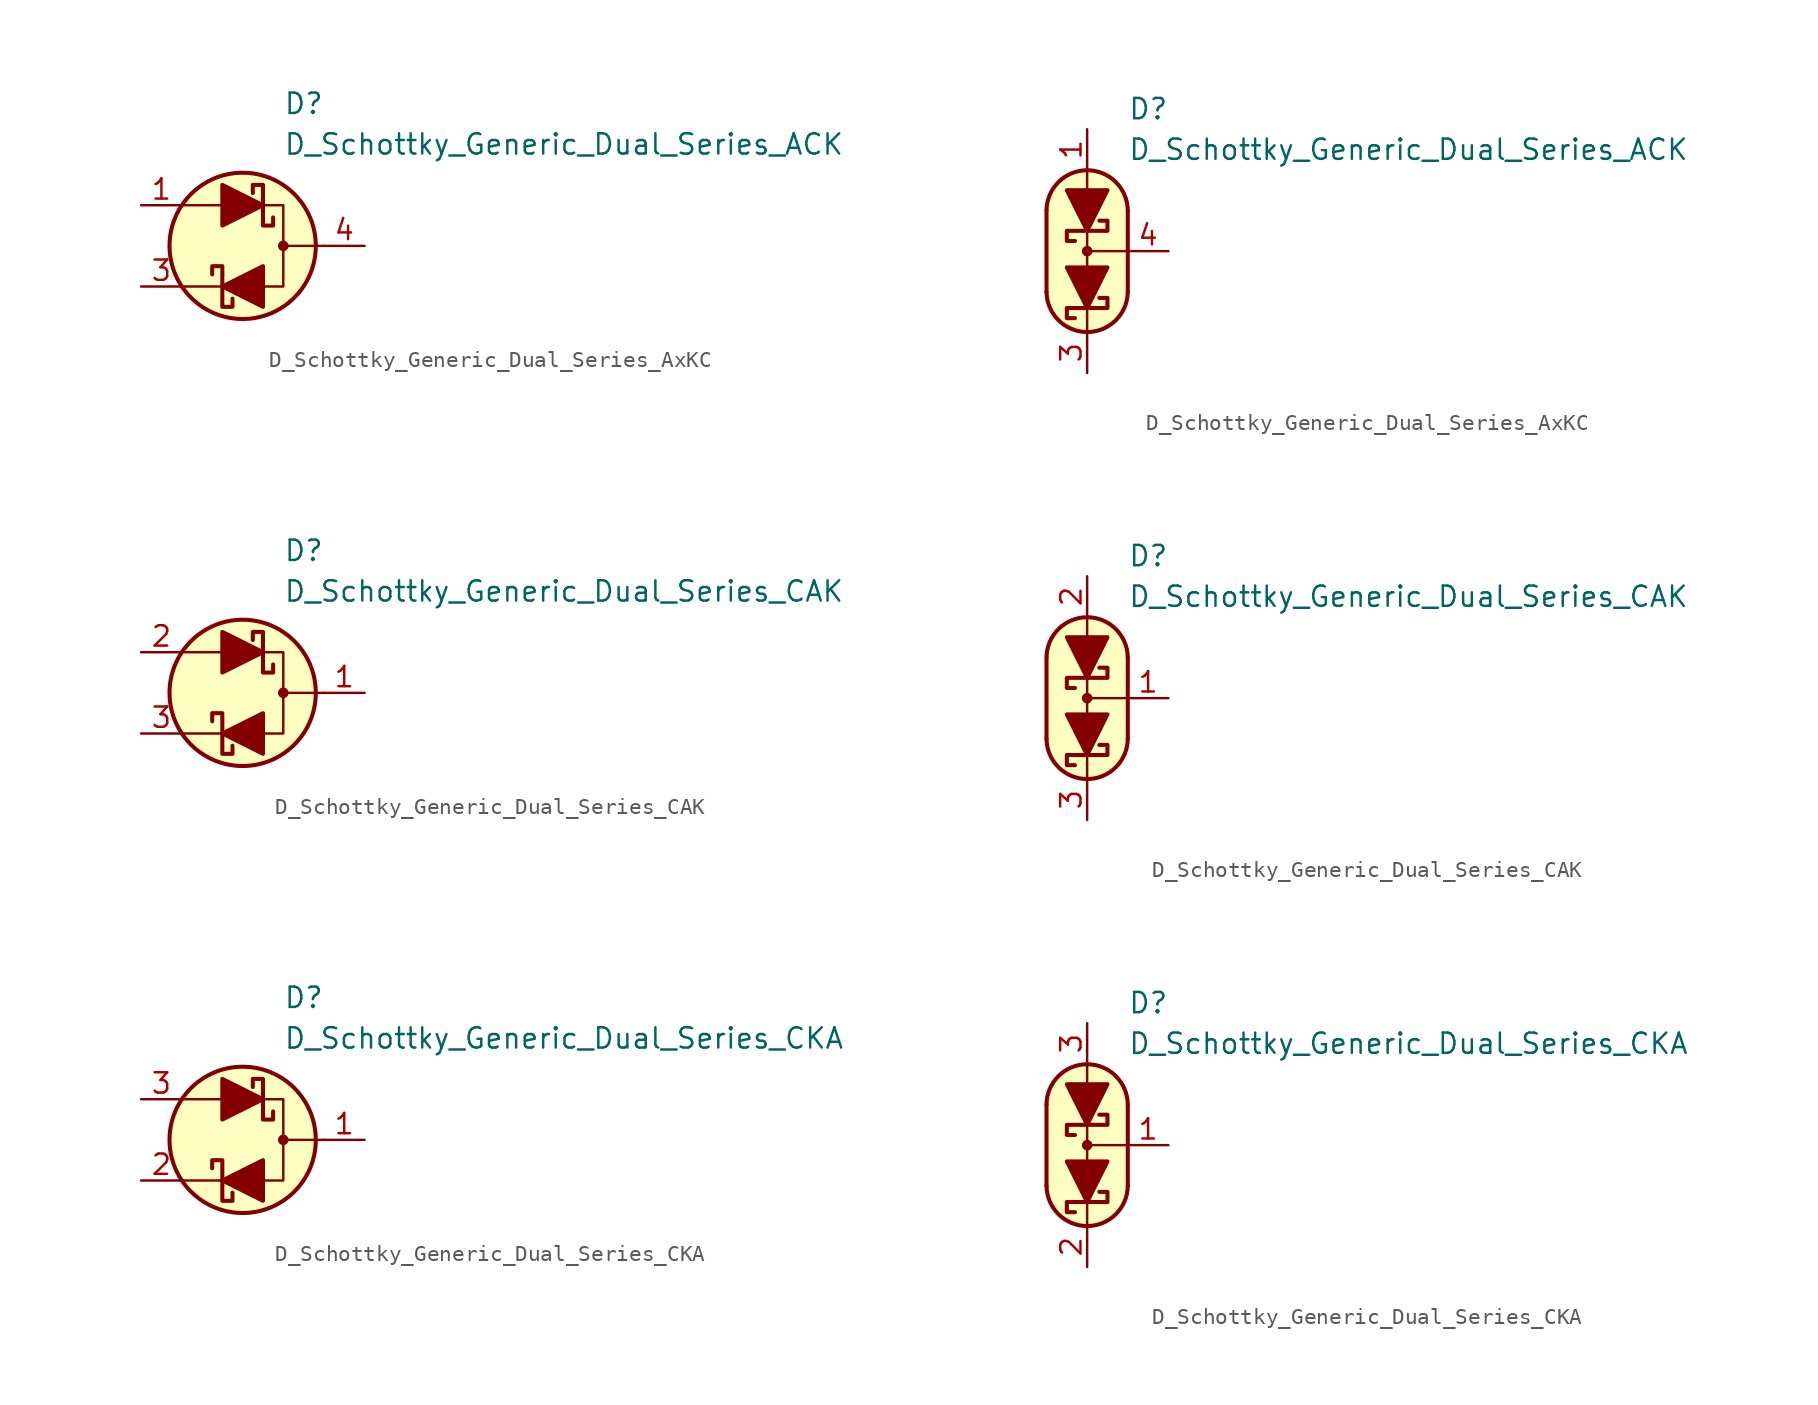
<source format=kicad_sym>
(kicad_symbol_lib
  (version 20231120)
  (generator "kicad_symbol_editor")
  (generator_version "8.0")
  (symbol "D_Schottky_Generic_Dual_Series_AxKC"
    (pin_names
      (offset 1.016) hide)
    (property "Reference" "D"
      (at 2.54 8.89 0)
      (effects (font (size 1.27 1.27)) (justify left)))
    (property "Value" "D_Schottky_Generic_Dual_Series_ACK"
      (at 2.54 6.35 0)
      (effects (font (size 1.27 1.27)) (justify left)))
    (symbol "D_Schottky_Generic_Dual_Series_AxKC_0_1"
      (polyline (pts (xy -1.27 -2.54) (xy -3.81 -2.54)) (stroke (width 0) (type default)) (fill (type none)))
      (polyline (pts (xy -1.27 2.54) (xy -3.81 2.54)) (stroke (width 0) (type default)) (fill (type none)))
      (polyline (pts (xy 5.08 0) (xy 2.54 0)) (stroke (width 0) (type default)) (fill (type none)))
      (polyline (pts (xy 1.27 -2.54) (xy 2.54 -2.54) (xy 2.54 2.54) (xy 1.27 2.54)) (stroke (width 0) (type default)) (fill (type none)))
      (circle (center 0 0) (radius 4.572) (stroke (width 0.254) (type default)) (fill (type background)))
      (circle (center 2.54 0) (radius 0.254) (stroke (width 0) (type default)) (fill (type outline))))
    (symbol "D_Schottky_Generic_Dual_Series_AxKC_1_1"
      (polyline (pts (xy -1.27 2.54) (xy 1.27 2.54)) (stroke (width 0) (type default)) (fill (type none)))
      (polyline (pts (xy 1.27 -2.54) (xy -1.27 -2.54)) (stroke (width 0) (type default)) (fill (type none)))
      (polyline (pts (xy -1.27 1.27) (xy -1.27 3.81) (xy 1.27 2.54) (xy -1.27 1.27)) (stroke (width 0.254) (type default)) (fill (type outline)))
      (polyline (pts (xy 1.27 -1.27) (xy 1.27 -3.81) (xy -1.27 -2.54) (xy 1.27 -1.27)) (stroke (width 0.254) (type default)) (fill (type outline)))
      (polyline (pts (xy -1.905 -1.778) (xy -1.905 -1.27) (xy -1.27 -1.27) (xy -1.27 -3.81) (xy -0.635 -3.81) (xy -0.635 -3.302)) (stroke (width 0.254) (type default)) (fill (type none)))
      (polyline (pts (xy 1.905 1.778) (xy 1.905 1.27) (xy 1.27 1.27) (xy 1.27 3.81) (xy 0.635 3.81) (xy 0.635 3.302)) (stroke (width 0.254) (type default)) (fill (type none)))
      (pin passive line (at -6.35 2.54 0) (length 2.54) (name "A" (effects (font (size 1.27 1.27)))) (number "1" (effects (font (size 1.27 1.27)))))
      (pin free line (at 0 0 180) (length 2.54) hide (name "NC" (effects (font (size 1.27 1.27)))) (number "2" (effects (font (size 1.27 1.27)))))
      (pin passive line (at -6.35 -2.54 0) (length 2.54) (name "K" (effects (font (size 1.27 1.27)))) (number "3" (effects (font (size 1.27 1.27)))))
      (pin passive line (at 7.62 0 180) (length 2.54) (name "C" (effects (font (size 1.27 1.27)))) (number "4" (effects (font (size 1.27 1.27))))))
    (symbol "D_Schottky_Generic_Dual_Series_AxKC_1_2"
      (arc (start -2.54 -2.54) (mid 0 -5.0576) (end 2.54 -2.54) (stroke (width 0.254) (type default)) (fill (type none)))
      (polyline (pts (xy -2.54 2.54) (xy -2.54 -2.54)) (stroke (width 0.254) (type default)) (fill (type none)))
      (polyline (pts (xy 0 -5.08) (xy 0 -3.556)) (stroke (width 0) (type default)) (fill (type none)))
      (polyline (pts (xy 0 0) (xy 2.54 0)) (stroke (width 0) (type default)) (fill (type none)))
      (polyline (pts (xy 0 1.27) (xy 0 -1.27)) (stroke (width 0) (type default)) (fill (type none)))
      (polyline (pts (xy 0 5.08) (xy 0 3.556)) (stroke (width 0) (type default)) (fill (type none)))
      (polyline (pts (xy 2.54 -2.54) (xy 2.54 2.54)) (stroke (width 0.254) (type default)) (fill (type none)))
      (polyline (pts (xy 1.27 -1.016) (xy -1.27 -1.016) (xy 0 -3.556) (xy 1.27 -1.016)) (stroke (width 0.254) (type default)) (fill (type outline)))
      (polyline (pts (xy 1.27 3.81) (xy -1.27 3.81) (xy 0 1.27) (xy 1.27 3.81)) (stroke (width 0.254) (type default)) (fill (type outline)))
      (polyline (pts (xy -0.762 0.635) (xy -1.27 0.635) (xy -1.27 1.27) (xy 1.27 1.27) (xy 1.27 1.905) (xy 0.762 1.905)) (stroke (width 0.254) (type default)) (fill (type none)))
      (polyline (pts (xy 0.762 -2.921) (xy 1.27 -2.921) (xy 1.27 -3.556) (xy -1.27 -3.556) (xy -1.27 -4.191) (xy -0.762 -4.191)) (stroke (width 0.254) (type default)) (fill (type none)))
      (polyline (pts (xy 0 -5.08) (xy -1.016 -4.826) (xy -1.778 -4.318) (xy -2.286 -3.556) (xy -2.54 -3.048) (xy -2.54 2.794) (xy -2.286 3.556) (xy -1.778 4.318) (xy -1.016 4.826) (xy -0.254 5.08) (xy 0.254 5.08) (xy 1.016 4.826) (xy 1.524 4.572) (xy 2.032 4.064) (xy 2.286 3.556) (xy 2.54 2.794) (xy 2.54 -2.794) (xy 2.286 -3.556) (xy 2.032 -4.064) (xy 1.524 -4.572) (xy 1.016 -4.826) (xy 0 -5.08)) (stroke (width 0.01) (type default)) (fill (type background)))
      (circle (center 0 0) (radius 0.254) (stroke (width 0) (type default)) (fill (type outline)))
      (arc (start 2.54 2.54) (mid 0 5.0576) (end -2.54 2.54) (stroke (width 0.254) (type default)) (fill (type none)))
      (pin passive line (at 0 7.62 270) (length 2.54) (name "A" (effects (font (size 1.27 1.27)))) (number "1" (effects (font (size 1.27 1.27)))))
      (pin free line (at 0 0 180) (length 2.54) hide (name "NC" (effects (font (size 1.27 1.27)))) (number "2" (effects (font (size 1.27 1.27)))))
      (pin passive line (at 0 -7.62 90) (length 2.54) (name "K" (effects (font (size 1.27 1.27)))) (number "3" (effects (font (size 1.27 1.27)))))
      (pin passive line (at 5.08 0 180) (length 2.54) (name "C" (effects (font (size 1.27 1.27)))) (number "4" (effects (font (size 1.27 1.27)))))))
  (symbol "D_Schottky_Generic_Dual_Series_CAK"
    (pin_names
      (offset 1.016) hide)
    (property "Reference" "D"
      (at 2.54 8.89 0)
      (effects (font (size 1.27 1.27)) (justify left)))
    (property "Value" "D_Schottky_Generic_Dual_Series_CAK"
      (at 2.54 6.35 0)
      (effects (font (size 1.27 1.27)) (justify left)))
    (symbol "D_Schottky_Generic_Dual_Series_CAK_0_1"
      (polyline (pts (xy -1.27 -2.54) (xy -3.81 -2.54)) (stroke (width 0) (type default)) (fill (type none)))
      (polyline (pts (xy -1.27 2.54) (xy -3.81 2.54)) (stroke (width 0) (type default)) (fill (type none)))
      (polyline (pts (xy 5.08 0) (xy 2.54 0)) (stroke (width 0) (type default)) (fill (type none)))
      (polyline (pts (xy 1.27 -2.54) (xy 2.54 -2.54) (xy 2.54 2.54) (xy 1.27 2.54)) (stroke (width 0) (type default)) (fill (type none)))
      (circle (center 0 0) (radius 4.572) (stroke (width 0.254) (type default)) (fill (type background)))
      (circle (center 2.54 0) (radius 0.254) (stroke (width 0) (type default)) (fill (type outline))))
    (symbol "D_Schottky_Generic_Dual_Series_CAK_1_1"
      (polyline (pts (xy -1.27 2.54) (xy 1.27 2.54)) (stroke (width 0) (type default)) (fill (type none)))
      (polyline (pts (xy 1.27 -2.54) (xy -1.27 -2.54)) (stroke (width 0) (type default)) (fill (type none)))
      (polyline (pts (xy -1.27 1.27) (xy -1.27 3.81) (xy 1.27 2.54) (xy -1.27 1.27)) (stroke (width 0.254) (type default)) (fill (type outline)))
      (polyline (pts (xy 1.27 -1.27) (xy 1.27 -3.81) (xy -1.27 -2.54) (xy 1.27 -1.27)) (stroke (width 0.254) (type default)) (fill (type outline)))
      (polyline (pts (xy -1.905 -1.778) (xy -1.905 -1.27) (xy -1.27 -1.27) (xy -1.27 -3.81) (xy -0.635 -3.81) (xy -0.635 -3.302)) (stroke (width 0.254) (type default)) (fill (type none)))
      (polyline (pts (xy 1.905 1.778) (xy 1.905 1.27) (xy 1.27 1.27) (xy 1.27 3.81) (xy 0.635 3.81) (xy 0.635 3.302)) (stroke (width 0.254) (type default)) (fill (type none)))
      (pin passive line (at 7.62 0 180) (length 2.54) (name "C" (effects (font (size 1.27 1.27)))) (number "1" (effects (font (size 1.27 1.27)))))
      (pin passive line (at -6.35 2.54 0) (length 2.54) (name "A" (effects (font (size 1.27 1.27)))) (number "2" (effects (font (size 1.27 1.27)))))
      (pin passive line (at -6.35 -2.54 0) (length 2.54) (name "K" (effects (font (size 1.27 1.27)))) (number "3" (effects (font (size 1.27 1.27))))))
    (symbol "D_Schottky_Generic_Dual_Series_CAK_1_2"
      (arc (start -2.54 -2.54) (mid 0 -5.0576) (end 2.54 -2.54) (stroke (width 0.254) (type default)) (fill (type none)))
      (polyline (pts (xy -2.54 2.54) (xy -2.54 -2.54)) (stroke (width 0.254) (type default)) (fill (type none)))
      (polyline (pts (xy 0 -5.08) (xy 0 -3.556)) (stroke (width 0) (type default)) (fill (type none)))
      (polyline (pts (xy 0 0) (xy 2.54 0)) (stroke (width 0) (type default)) (fill (type none)))
      (polyline (pts (xy 0 1.27) (xy 0 -1.27)) (stroke (width 0) (type default)) (fill (type none)))
      (polyline (pts (xy 0 5.08) (xy 0 3.556)) (stroke (width 0) (type default)) (fill (type none)))
      (polyline (pts (xy 2.54 -2.54) (xy 2.54 2.54)) (stroke (width 0.254) (type default)) (fill (type none)))
      (polyline (pts (xy 1.27 -1.016) (xy -1.27 -1.016) (xy 0 -3.556) (xy 1.27 -1.016)) (stroke (width 0.254) (type default)) (fill (type outline)))
      (polyline (pts (xy 1.27 3.81) (xy -1.27 3.81) (xy 0 1.27) (xy 1.27 3.81)) (stroke (width 0.254) (type default)) (fill (type outline)))
      (polyline (pts (xy -0.762 0.635) (xy -1.27 0.635) (xy -1.27 1.27) (xy 1.27 1.27) (xy 1.27 1.905) (xy 0.762 1.905)) (stroke (width 0.254) (type default)) (fill (type none)))
      (polyline (pts (xy 0.762 -2.921) (xy 1.27 -2.921) (xy 1.27 -3.556) (xy -1.27 -3.556) (xy -1.27 -4.191) (xy -0.762 -4.191)) (stroke (width 0.254) (type default)) (fill (type none)))
      (polyline (pts (xy 0 -5.08) (xy -1.016 -4.826) (xy -1.778 -4.318) (xy -2.286 -3.556) (xy -2.54 -3.048) (xy -2.54 2.794) (xy -2.286 3.556) (xy -1.778 4.318) (xy -1.016 4.826) (xy -0.254 5.08) (xy 0.254 5.08) (xy 1.016 4.826) (xy 1.524 4.572) (xy 2.032 4.064) (xy 2.286 3.556) (xy 2.54 2.794) (xy 2.54 -2.794) (xy 2.286 -3.556) (xy 2.032 -4.064) (xy 1.524 -4.572) (xy 1.016 -4.826) (xy 0 -5.08)) (stroke (width 0.01) (type default)) (fill (type background)))
      (circle (center 0 0) (radius 0.254) (stroke (width 0) (type default)) (fill (type outline)))
      (arc (start 2.54 2.54) (mid 0 5.0576) (end -2.54 2.54) (stroke (width 0.254) (type default)) (fill (type none)))
      (pin passive line (at 5.08 0 180) (length 2.54) (name "C" (effects (font (size 1.27 1.27)))) (number "1" (effects (font (size 1.27 1.27)))))
      (pin passive line (at 0 7.62 270) (length 2.54) (name "A" (effects (font (size 1.27 1.27)))) (number "2" (effects (font (size 1.27 1.27)))))
      (pin passive line (at 0 -7.62 90) (length 2.54) (name "K" (effects (font (size 1.27 1.27)))) (number "3" (effects (font (size 1.27 1.27)))))))
  (symbol "D_Schottky_Generic_Dual_Series_CKA"
    (pin_names
      (offset 1.016) hide)
    (property "Reference" "D"
      (at 2.54 8.89 0)
      (effects (font (size 1.27 1.27)) (justify left)))
    (property "Value" "D_Schottky_Generic_Dual_Series_CKA"
      (at 2.54 6.35 0)
      (effects (font (size 1.27 1.27)) (justify left)))
    (symbol "D_Schottky_Generic_Dual_Series_CKA_0_1"
      (polyline (pts (xy -1.27 -2.54) (xy -3.81 -2.54)) (stroke (width 0) (type default)) (fill (type none)))
      (polyline (pts (xy -1.27 2.54) (xy -3.81 2.54)) (stroke (width 0) (type default)) (fill (type none)))
      (polyline (pts (xy 5.08 0) (xy 2.54 0)) (stroke (width 0) (type default)) (fill (type none)))
      (polyline (pts (xy 1.27 -2.54) (xy 2.54 -2.54) (xy 2.54 2.54) (xy 1.27 2.54)) (stroke (width 0) (type default)) (fill (type none)))
      (circle (center 0 0) (radius 4.572) (stroke (width 0.254) (type default)) (fill (type background)))
      (circle (center 2.54 0) (radius 0.254) (stroke (width 0) (type default)) (fill (type outline))))
    (symbol "D_Schottky_Generic_Dual_Series_CKA_1_1"
      (polyline (pts (xy -1.27 2.54) (xy 1.27 2.54)) (stroke (width 0) (type default)) (fill (type none)))
      (polyline (pts (xy 1.27 -2.54) (xy -1.27 -2.54)) (stroke (width 0) (type default)) (fill (type none)))
      (polyline (pts (xy -1.27 1.27) (xy -1.27 3.81) (xy 1.27 2.54) (xy -1.27 1.27)) (stroke (width 0.254) (type default)) (fill (type outline)))
      (polyline (pts (xy 1.27 -1.27) (xy 1.27 -3.81) (xy -1.27 -2.54) (xy 1.27 -1.27)) (stroke (width 0.254) (type default)) (fill (type outline)))
      (polyline (pts (xy -1.905 -1.778) (xy -1.905 -1.27) (xy -1.27 -1.27) (xy -1.27 -3.81) (xy -0.635 -3.81) (xy -0.635 -3.302)) (stroke (width 0.254) (type default)) (fill (type none)))
      (polyline (pts (xy 1.905 1.778) (xy 1.905 1.27) (xy 1.27 1.27) (xy 1.27 3.81) (xy 0.635 3.81) (xy 0.635 3.302)) (stroke (width 0.254) (type default)) (fill (type none)))
      (pin passive line (at 7.62 0 180) (length 2.54) (name "C" (effects (font (size 1.27 1.27)))) (number "1" (effects (font (size 1.27 1.27)))))
      (pin passive line (at -6.35 -2.54 0) (length 2.54) (name "K" (effects (font (size 1.27 1.27)))) (number "2" (effects (font (size 1.27 1.27)))))
      (pin passive line (at -6.35 2.54 0) (length 2.54) (name "A" (effects (font (size 1.27 1.27)))) (number "3" (effects (font (size 1.27 1.27))))))
    (symbol "D_Schottky_Generic_Dual_Series_CKA_1_2"
      (arc (start -2.54 -2.54) (mid 0 -5.0576) (end 2.54 -2.54) (stroke (width 0.254) (type default)) (fill (type none)))
      (polyline (pts (xy -2.54 2.54) (xy -2.54 -2.54)) (stroke (width 0.254) (type default)) (fill (type none)))
      (polyline (pts (xy 0 -5.08) (xy 0 -3.556)) (stroke (width 0) (type default)) (fill (type none)))
      (polyline (pts (xy 0 0) (xy 2.54 0)) (stroke (width 0) (type default)) (fill (type none)))
      (polyline (pts (xy 0 1.27) (xy 0 -1.27)) (stroke (width 0) (type default)) (fill (type none)))
      (polyline (pts (xy 0 5.08) (xy 0 3.556)) (stroke (width 0) (type default)) (fill (type none)))
      (polyline (pts (xy 2.54 -2.54) (xy 2.54 2.54)) (stroke (width 0.254) (type default)) (fill (type none)))
      (polyline (pts (xy 1.27 -1.016) (xy -1.27 -1.016) (xy 0 -3.556) (xy 1.27 -1.016)) (stroke (width 0.254) (type default)) (fill (type outline)))
      (polyline (pts (xy 1.27 3.81) (xy -1.27 3.81) (xy 0 1.27) (xy 1.27 3.81)) (stroke (width 0.254) (type default)) (fill (type outline)))
      (polyline (pts (xy -0.762 0.635) (xy -1.27 0.635) (xy -1.27 1.27) (xy 1.27 1.27) (xy 1.27 1.905) (xy 0.762 1.905)) (stroke (width 0.254) (type default)) (fill (type none)))
      (polyline (pts (xy 0.762 -2.921) (xy 1.27 -2.921) (xy 1.27 -3.556) (xy -1.27 -3.556) (xy -1.27 -4.191) (xy -0.762 -4.191)) (stroke (width 0.254) (type default)) (fill (type none)))
      (polyline (pts (xy 0 -5.08) (xy -1.016 -4.826) (xy -1.778 -4.318) (xy -2.286 -3.556) (xy -2.54 -3.048) (xy -2.54 2.794) (xy -2.286 3.556) (xy -1.778 4.318) (xy -1.016 4.826) (xy -0.254 5.08) (xy 0.254 5.08) (xy 1.016 4.826) (xy 1.524 4.572) (xy 2.032 4.064) (xy 2.286 3.556) (xy 2.54 2.794) (xy 2.54 -2.794) (xy 2.286 -3.556) (xy 2.032 -4.064) (xy 1.524 -4.572) (xy 1.016 -4.826) (xy 0 -5.08)) (stroke (width 0.01) (type default)) (fill (type background)))
      (circle (center 0 0) (radius 0.254) (stroke (width 0) (type default)) (fill (type outline)))
      (arc (start 2.54 2.54) (mid 0 5.0576) (end -2.54 2.54) (stroke (width 0.254) (type default)) (fill (type none)))
      (pin passive line (at 5.08 0 180) (length 2.54) (name "C" (effects (font (size 1.27 1.27)))) (number "1" (effects (font (size 1.27 1.27)))))
      (pin passive line (at 0 -7.62 90) (length 2.54) (name "K" (effects (font (size 1.27 1.27)))) (number "2" (effects (font (size 1.27 1.27)))))
      (pin passive line (at 0 7.62 270) (length 2.54) (name "A" (effects (font (size 1.27 1.27)))) (number "3" (effects (font (size 1.27 1.27))))))))
</source>
